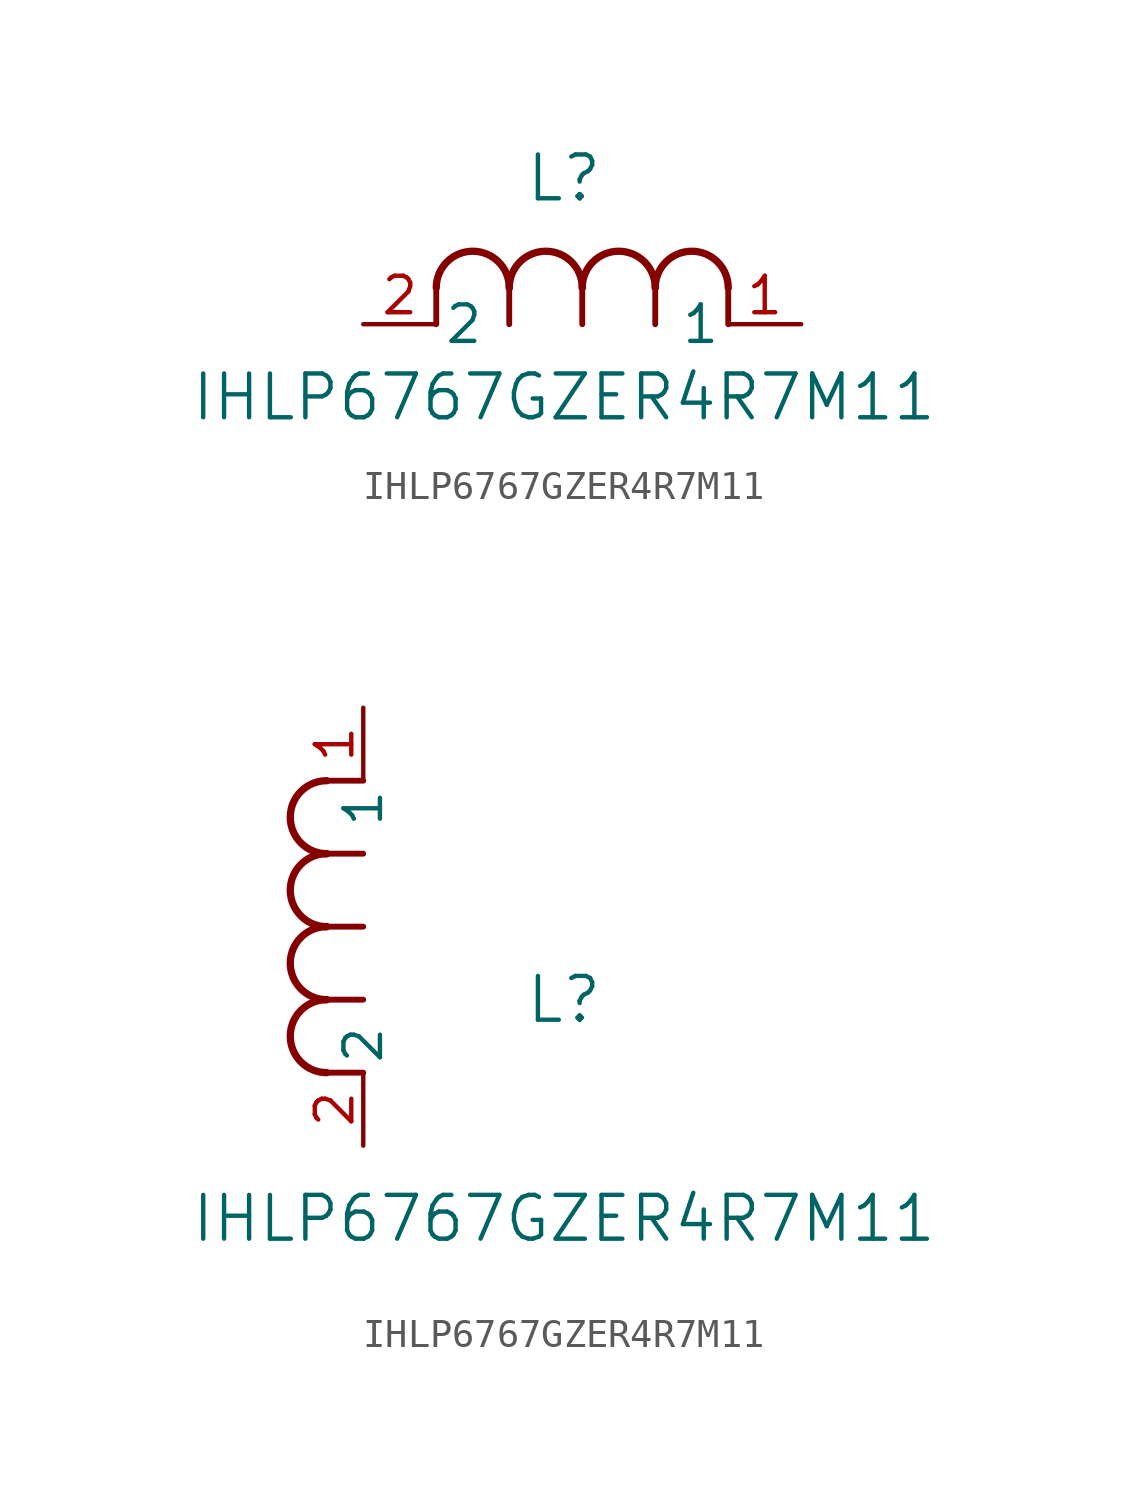
<source format=kicad_sym>
(kicad_symbol_lib
  (version 20211014)
  (generator kicad_symbol_editor)
  (symbol "IHLP6767GZER4R7M11"
    (pin_names
      (offset 0.254))
    (property "Reference" "L"
      (at 6.985 5.08 0)
      (effects (font (size 1.524 1.524))))
    (property "Value" "IHLP6767GZER4R7M11"
      (at 6.985 -2.54 0)
      (effects (font (size 1.524 1.524))))
    (symbol "IHLP6767GZER4R7M11_1_1"
      (arc (start 7.62 1.27) (mid 6.35 2.54) (end 5.08 1.27) (stroke (width 0.254) (type default) (color 0 0 0 0)) (fill (type none)))
      (polyline (pts (xy 5.08 0) (xy 5.08 1.27)) (stroke (width 0.203) (type default) (color 0 0 0 0)) (fill (type none)))
      (polyline (pts (xy 7.62 0) (xy 7.62 1.27)) (stroke (width 0.203) (type default) (color 0 0 0 0)) (fill (type none)))
      (polyline (pts (xy 12.7 0) (xy 12.7 1.27)) (stroke (width 0.203) (type default) (color 0 0 0 0)) (fill (type none)))
      (arc (start 5.08 1.27) (mid 3.81 2.54) (end 2.54 1.27) (stroke (width 0.254) (type default) (color 0 0 0 0)) (fill (type none)))
      (arc (start 10.16 1.27) (mid 8.89 2.54) (end 7.62 1.27) (stroke (width 0.254) (type default) (color 0 0 0 0)) (fill (type none)))
      (arc (start 12.7 1.27) (mid 11.43 2.54) (end 10.16 1.27) (stroke (width 0.254) (type default) (color 0 0 0 0)) (fill (type none)))
      (polyline (pts (xy 2.54 0) (xy 2.54 1.27)) (stroke (width 0.203) (type default) (color 0 0 0 0)) (fill (type none)))
      (polyline (pts (xy 10.16 0) (xy 10.16 1.27)) (stroke (width 0.203) (type default) (color 0 0 0 0)) (fill (type none)))
      (pin unspecified line (at 0 0 0) (length 2.54) (name "2" (effects (font (size 1.27 1.27)))) (number "2" (effects (font (size 1.27 1.27)))))
      (pin unspecified line (at 15.24 0 180) (length 2.54) (name "1" (effects (font (size 1.27 1.27)))) (number "1" (effects (font (size 1.27 1.27))))))
    (symbol "IHLP6767GZER4R7M11_1_2"
      (arc (start -1.27 7.62) (mid -2.54 6.35) (end -1.27 5.08) (stroke (width 0.254) (type default) (color 0 0 0 0)) (fill (type none)))
      (arc (start -1.27 5.08) (mid -2.54 3.81) (end -1.27 2.54) (stroke (width 0.254) (type default) (color 0 0 0 0)) (fill (type none)))
      (arc (start -1.27 12.7) (mid -2.54 11.43) (end -1.27 10.16) (stroke (width 0.254) (type default) (color 0 0 0 0)) (fill (type none)))
      (arc (start -1.27 10.16) (mid -2.54 8.89) (end -1.27 7.62) (stroke (width 0.254) (type default) (color 0 0 0 0)) (fill (type none)))
      (polyline (pts (xy 0 7.62) (xy -1.27 7.62)) (stroke (width 0.203) (type default) (color 0 0 0 0)) (fill (type none)))
      (polyline (pts (xy 0 5.08) (xy -1.27 5.08)) (stroke (width 0.203) (type default) (color 0 0 0 0)) (fill (type none)))
      (polyline (pts (xy 0 12.7) (xy -1.27 12.7)) (stroke (width 0.203) (type default) (color 0 0 0 0)) (fill (type none)))
      (polyline (pts (xy 0 2.54) (xy -1.27 2.54)) (stroke (width 0.203) (type default) (color 0 0 0 0)) (fill (type none)))
      (polyline (pts (xy 0 10.16) (xy -1.27 10.16)) (stroke (width 0.203) (type default) (color 0 0 0 0)) (fill (type none)))
      (pin unspecified line (at 0 0 90) (length 2.54) (name "2" (effects (font (size 1.27 1.27)))) (number "2" (effects (font (size 1.27 1.27)))))
      (pin unspecified line (at 0 15.24 270) (length 2.54) (name "1" (effects (font (size 1.27 1.27)))) (number "1" (effects (font (size 1.27 1.27))))))))
</source>
